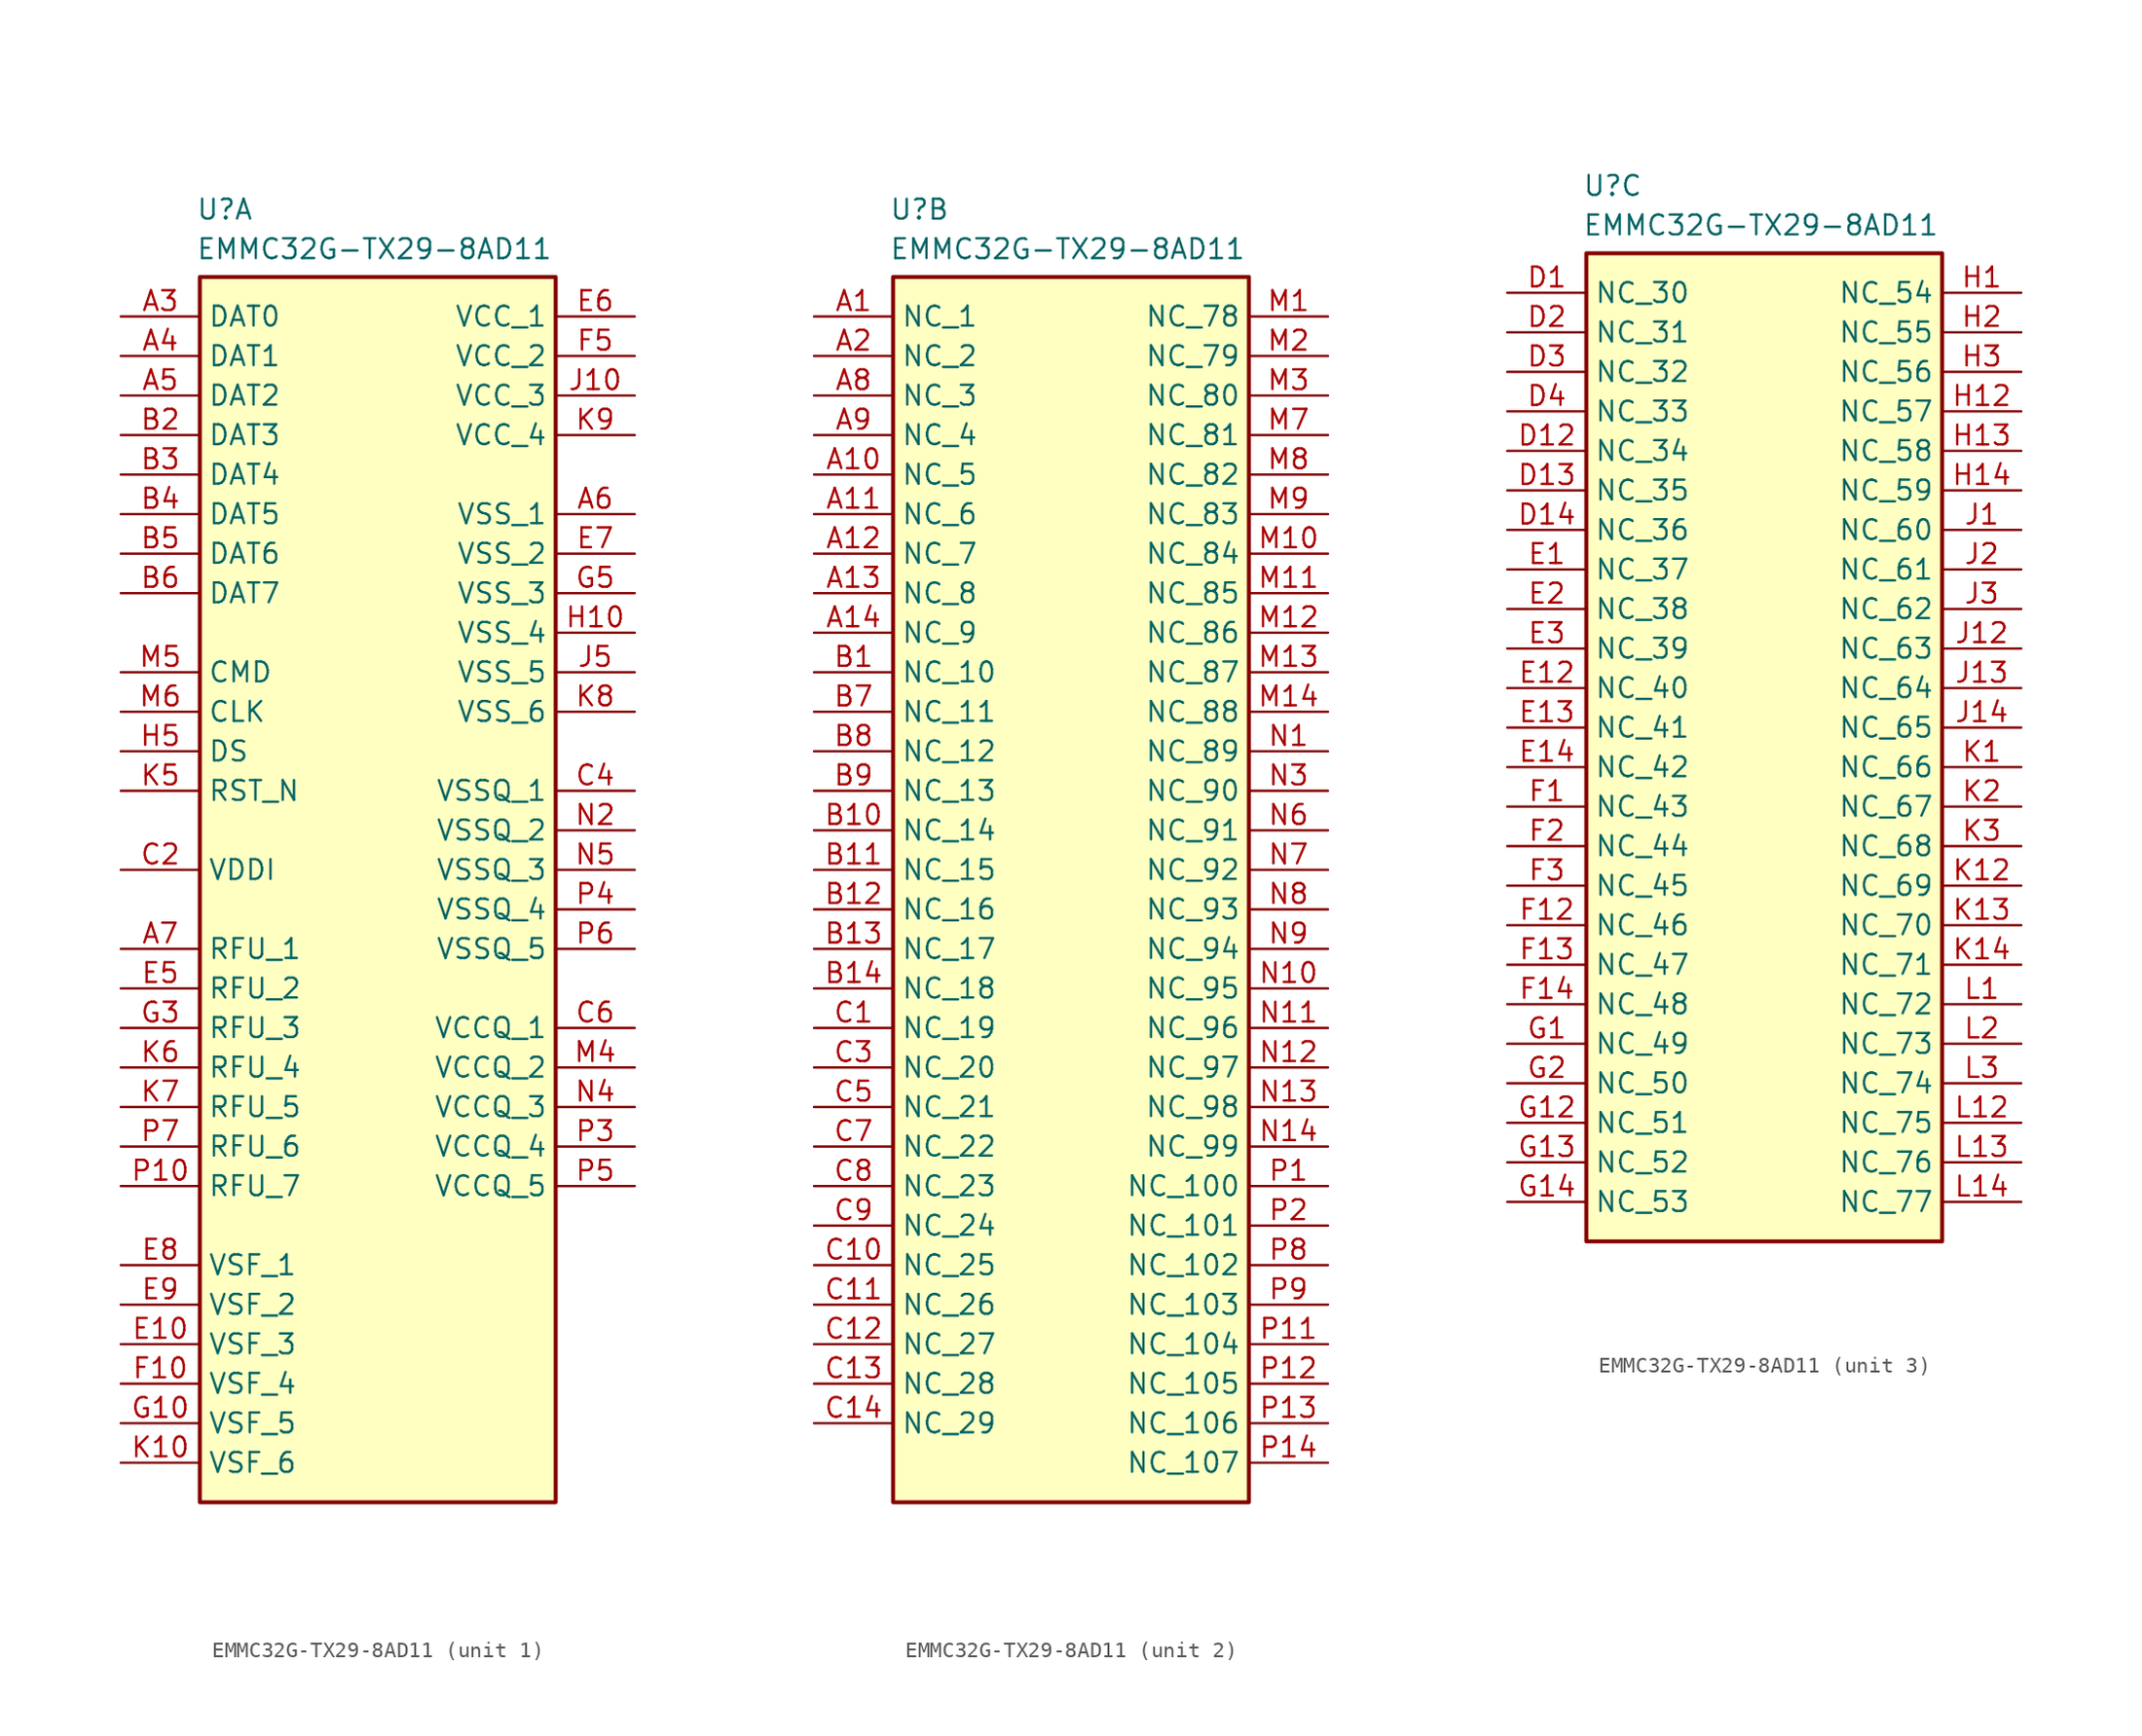
<source format=kicad_sym>
(kicad_symbol_lib
  (version 20231120)
  (generator "kicad_symbol_editor")
  (generator_version "8.0")
  (symbol "EMMC32G-TX29-8AD11"
    (property "Reference" "U"
      (at -0.254 5.08 0)
      (effects (font (size 1.27 1.27)) (justify left top)))
    (property "Value" "EMMC32G-TX29-8AD11"
      (at -0.254 2.54 0)
      (effects (font (size 1.27 1.27)) (justify left top)))
    (property "ki_locked" ""
      (at 0 0 0)
      (effects (font (size 1.27 1.27))))
    (symbol "EMMC32G-TX29-8AD11_1_1"
      (rectangle (start 0 0) (end 22.86 -78.74) (stroke (width 0.254) (type default)) (fill (type background)))
      (pin passive line (at -5.08 -2.54 0) (length 5.08) (name "DAT0" (effects (font (size 1.27 1.27)))) (number "A3" (effects (font (size 1.27 1.27)))))
      (pin passive line (at -5.08 -5.08 0) (length 5.08) (name "DAT1" (effects (font (size 1.27 1.27)))) (number "A4" (effects (font (size 1.27 1.27)))))
      (pin passive line (at -5.08 -7.62 0) (length 5.08) (name "DAT2" (effects (font (size 1.27 1.27)))) (number "A5" (effects (font (size 1.27 1.27)))))
      (pin passive line (at 27.94 -15.24 180) (length 5.08) (name "VSS_1" (effects (font (size 1.27 1.27)))) (number "A6" (effects (font (size 1.27 1.27)))))
      (pin passive line (at -5.08 -43.18 0) (length 5.08) (name "RFU_1" (effects (font (size 1.27 1.27)))) (number "A7" (effects (font (size 1.27 1.27)))))
      (pin passive line (at -5.08 -10.16 0) (length 5.08) (name "DAT3" (effects (font (size 1.27 1.27)))) (number "B2" (effects (font (size 1.27 1.27)))))
      (pin passive line (at -5.08 -12.7 0) (length 5.08) (name "DAT4" (effects (font (size 1.27 1.27)))) (number "B3" (effects (font (size 1.27 1.27)))))
      (pin passive line (at -5.08 -15.24 0) (length 5.08) (name "DAT5" (effects (font (size 1.27 1.27)))) (number "B4" (effects (font (size 1.27 1.27)))))
      (pin passive line (at -5.08 -17.78 0) (length 5.08) (name "DAT6" (effects (font (size 1.27 1.27)))) (number "B5" (effects (font (size 1.27 1.27)))))
      (pin passive line (at -5.08 -20.32 0) (length 5.08) (name "DAT7" (effects (font (size 1.27 1.27)))) (number "B6" (effects (font (size 1.27 1.27)))))
      (pin passive line (at -5.08 -38.1 0) (length 5.08) (name "VDDI" (effects (font (size 1.27 1.27)))) (number "C2" (effects (font (size 1.27 1.27)))))
      (pin passive line (at 27.94 -33.02 180) (length 5.08) (name "VSSQ_1" (effects (font (size 1.27 1.27)))) (number "C4" (effects (font (size 1.27 1.27)))))
      (pin passive line (at 27.94 -48.26 180) (length 5.08) (name "VCCQ_1" (effects (font (size 1.27 1.27)))) (number "C6" (effects (font (size 1.27 1.27)))))
      (pin passive line (at -5.08 -68.58 0) (length 5.08) (name "VSF_3" (effects (font (size 1.27 1.27)))) (number "E10" (effects (font (size 1.27 1.27)))))
      (pin passive line (at -5.08 -45.72 0) (length 5.08) (name "RFU_2" (effects (font (size 1.27 1.27)))) (number "E5" (effects (font (size 1.27 1.27)))))
      (pin passive line (at 27.94 -2.54 180) (length 5.08) (name "VCC_1" (effects (font (size 1.27 1.27)))) (number "E6" (effects (font (size 1.27 1.27)))))
      (pin passive line (at 27.94 -17.78 180) (length 5.08) (name "VSS_2" (effects (font (size 1.27 1.27)))) (number "E7" (effects (font (size 1.27 1.27)))))
      (pin passive line (at -5.08 -63.5 0) (length 5.08) (name "VSF_1" (effects (font (size 1.27 1.27)))) (number "E8" (effects (font (size 1.27 1.27)))))
      (pin passive line (at -5.08 -66.04 0) (length 5.08) (name "VSF_2" (effects (font (size 1.27 1.27)))) (number "E9" (effects (font (size 1.27 1.27)))))
      (pin passive line (at -5.08 -71.12 0) (length 5.08) (name "VSF_4" (effects (font (size 1.27 1.27)))) (number "F10" (effects (font (size 1.27 1.27)))))
      (pin passive line (at 27.94 -5.08 180) (length 5.08) (name "VCC_2" (effects (font (size 1.27 1.27)))) (number "F5" (effects (font (size 1.27 1.27)))))
      (pin passive line (at -5.08 -73.66 0) (length 5.08) (name "VSF_5" (effects (font (size 1.27 1.27)))) (number "G10" (effects (font (size 1.27 1.27)))))
      (pin passive line (at -5.08 -48.26 0) (length 5.08) (name "RFU_3" (effects (font (size 1.27 1.27)))) (number "G3" (effects (font (size 1.27 1.27)))))
      (pin passive line (at 27.94 -20.32 180) (length 5.08) (name "VSS_3" (effects (font (size 1.27 1.27)))) (number "G5" (effects (font (size 1.27 1.27)))))
      (pin passive line (at 27.94 -22.86 180) (length 5.08) (name "VSS_4" (effects (font (size 1.27 1.27)))) (number "H10" (effects (font (size 1.27 1.27)))))
      (pin passive line (at -5.08 -30.48 0) (length 5.08) (name "DS" (effects (font (size 1.27 1.27)))) (number "H5" (effects (font (size 1.27 1.27)))))
      (pin passive line (at 27.94 -7.62 180) (length 5.08) (name "VCC_3" (effects (font (size 1.27 1.27)))) (number "J10" (effects (font (size 1.27 1.27)))))
      (pin passive line (at 27.94 -25.4 180) (length 5.08) (name "VSS_5" (effects (font (size 1.27 1.27)))) (number "J5" (effects (font (size 1.27 1.27)))))
      (pin passive line (at -5.08 -76.2 0) (length 5.08) (name "VSF_6" (effects (font (size 1.27 1.27)))) (number "K10" (effects (font (size 1.27 1.27)))))
      (pin passive line (at -5.08 -33.02 0) (length 5.08) (name "RST_N" (effects (font (size 1.27 1.27)))) (number "K5" (effects (font (size 1.27 1.27)))))
      (pin passive line (at -5.08 -50.8 0) (length 5.08) (name "RFU_4" (effects (font (size 1.27 1.27)))) (number "K6" (effects (font (size 1.27 1.27)))))
      (pin passive line (at -5.08 -53.34 0) (length 5.08) (name "RFU_5" (effects (font (size 1.27 1.27)))) (number "K7" (effects (font (size 1.27 1.27)))))
      (pin passive line (at 27.94 -27.94 180) (length 5.08) (name "VSS_6" (effects (font (size 1.27 1.27)))) (number "K8" (effects (font (size 1.27 1.27)))))
      (pin passive line (at 27.94 -10.16 180) (length 5.08) (name "VCC_4" (effects (font (size 1.27 1.27)))) (number "K9" (effects (font (size 1.27 1.27)))))
      (pin passive line (at 27.94 -50.8 180) (length 5.08) (name "VCCQ_2" (effects (font (size 1.27 1.27)))) (number "M4" (effects (font (size 1.27 1.27)))))
      (pin passive line (at -5.08 -25.4 0) (length 5.08) (name "CMD" (effects (font (size 1.27 1.27)))) (number "M5" (effects (font (size 1.27 1.27)))))
      (pin passive line (at -5.08 -27.94 0) (length 5.08) (name "CLK" (effects (font (size 1.27 1.27)))) (number "M6" (effects (font (size 1.27 1.27)))))
      (pin passive line (at 27.94 -35.56 180) (length 5.08) (name "VSSQ_2" (effects (font (size 1.27 1.27)))) (number "N2" (effects (font (size 1.27 1.27)))))
      (pin passive line (at 27.94 -53.34 180) (length 5.08) (name "VCCQ_3" (effects (font (size 1.27 1.27)))) (number "N4" (effects (font (size 1.27 1.27)))))
      (pin passive line (at 27.94 -38.1 180) (length 5.08) (name "VSSQ_3" (effects (font (size 1.27 1.27)))) (number "N5" (effects (font (size 1.27 1.27)))))
      (pin passive line (at -5.08 -58.42 0) (length 5.08) (name "RFU_7" (effects (font (size 1.27 1.27)))) (number "P10" (effects (font (size 1.27 1.27)))))
      (pin passive line (at 27.94 -55.88 180) (length 5.08) (name "VCCQ_4" (effects (font (size 1.27 1.27)))) (number "P3" (effects (font (size 1.27 1.27)))))
      (pin passive line (at 27.94 -40.64 180) (length 5.08) (name "VSSQ_4" (effects (font (size 1.27 1.27)))) (number "P4" (effects (font (size 1.27 1.27)))))
      (pin passive line (at 27.94 -58.42 180) (length 5.08) (name "VCCQ_5" (effects (font (size 1.27 1.27)))) (number "P5" (effects (font (size 1.27 1.27)))))
      (pin passive line (at 27.94 -43.18 180) (length 5.08) (name "VSSQ_5" (effects (font (size 1.27 1.27)))) (number "P6" (effects (font (size 1.27 1.27)))))
      (pin passive line (at -5.08 -55.88 0) (length 5.08) (name "RFU_6" (effects (font (size 1.27 1.27)))) (number "P7" (effects (font (size 1.27 1.27))))))
    (symbol "EMMC32G-TX29-8AD11_2_1"
      (rectangle (start 0 0) (end 22.86 -78.74) (stroke (width 0.254) (type default)) (fill (type background)))
      (pin passive line (at -5.08 -2.54 0) (length 5.08) (name "NC_1" (effects (font (size 1.27 1.27)))) (number "A1" (effects (font (size 1.27 1.27)))))
      (pin passive line (at -5.08 -12.7 0) (length 5.08) (name "NC_5" (effects (font (size 1.27 1.27)))) (number "A10" (effects (font (size 1.27 1.27)))))
      (pin passive line (at -5.08 -15.24 0) (length 5.08) (name "NC_6" (effects (font (size 1.27 1.27)))) (number "A11" (effects (font (size 1.27 1.27)))))
      (pin passive line (at -5.08 -17.78 0) (length 5.08) (name "NC_7" (effects (font (size 1.27 1.27)))) (number "A12" (effects (font (size 1.27 1.27)))))
      (pin passive line (at -5.08 -20.32 0) (length 5.08) (name "NC_8" (effects (font (size 1.27 1.27)))) (number "A13" (effects (font (size 1.27 1.27)))))
      (pin passive line (at -5.08 -22.86 0) (length 5.08) (name "NC_9" (effects (font (size 1.27 1.27)))) (number "A14" (effects (font (size 1.27 1.27)))))
      (pin passive line (at -5.08 -5.08 0) (length 5.08) (name "NC_2" (effects (font (size 1.27 1.27)))) (number "A2" (effects (font (size 1.27 1.27)))))
      (pin passive line (at -5.08 -7.62 0) (length 5.08) (name "NC_3" (effects (font (size 1.27 1.27)))) (number "A8" (effects (font (size 1.27 1.27)))))
      (pin passive line (at -5.08 -10.16 0) (length 5.08) (name "NC_4" (effects (font (size 1.27 1.27)))) (number "A9" (effects (font (size 1.27 1.27)))))
      (pin passive line (at -5.08 -25.4 0) (length 5.08) (name "NC_10" (effects (font (size 1.27 1.27)))) (number "B1" (effects (font (size 1.27 1.27)))))
      (pin passive line (at -5.08 -35.56 0) (length 5.08) (name "NC_14" (effects (font (size 1.27 1.27)))) (number "B10" (effects (font (size 1.27 1.27)))))
      (pin passive line (at -5.08 -38.1 0) (length 5.08) (name "NC_15" (effects (font (size 1.27 1.27)))) (number "B11" (effects (font (size 1.27 1.27)))))
      (pin passive line (at -5.08 -40.64 0) (length 5.08) (name "NC_16" (effects (font (size 1.27 1.27)))) (number "B12" (effects (font (size 1.27 1.27)))))
      (pin passive line (at -5.08 -43.18 0) (length 5.08) (name "NC_17" (effects (font (size 1.27 1.27)))) (number "B13" (effects (font (size 1.27 1.27)))))
      (pin passive line (at -5.08 -45.72 0) (length 5.08) (name "NC_18" (effects (font (size 1.27 1.27)))) (number "B14" (effects (font (size 1.27 1.27)))))
      (pin passive line (at -5.08 -27.94 0) (length 5.08) (name "NC_11" (effects (font (size 1.27 1.27)))) (number "B7" (effects (font (size 1.27 1.27)))))
      (pin passive line (at -5.08 -30.48 0) (length 5.08) (name "NC_12" (effects (font (size 1.27 1.27)))) (number "B8" (effects (font (size 1.27 1.27)))))
      (pin passive line (at -5.08 -33.02 0) (length 5.08) (name "NC_13" (effects (font (size 1.27 1.27)))) (number "B9" (effects (font (size 1.27 1.27)))))
      (pin passive line (at -5.08 -48.26 0) (length 5.08) (name "NC_19" (effects (font (size 1.27 1.27)))) (number "C1" (effects (font (size 1.27 1.27)))))
      (pin passive line (at -5.08 -63.5 0) (length 5.08) (name "NC_25" (effects (font (size 1.27 1.27)))) (number "C10" (effects (font (size 1.27 1.27)))))
      (pin passive line (at -5.08 -66.04 0) (length 5.08) (name "NC_26" (effects (font (size 1.27 1.27)))) (number "C11" (effects (font (size 1.27 1.27)))))
      (pin passive line (at -5.08 -68.58 0) (length 5.08) (name "NC_27" (effects (font (size 1.27 1.27)))) (number "C12" (effects (font (size 1.27 1.27)))))
      (pin passive line (at -5.08 -71.12 0) (length 5.08) (name "NC_28" (effects (font (size 1.27 1.27)))) (number "C13" (effects (font (size 1.27 1.27)))))
      (pin passive line (at -5.08 -73.66 0) (length 5.08) (name "NC_29" (effects (font (size 1.27 1.27)))) (number "C14" (effects (font (size 1.27 1.27)))))
      (pin passive line (at -5.08 -50.8 0) (length 5.08) (name "NC_20" (effects (font (size 1.27 1.27)))) (number "C3" (effects (font (size 1.27 1.27)))))
      (pin passive line (at -5.08 -53.34 0) (length 5.08) (name "NC_21" (effects (font (size 1.27 1.27)))) (number "C5" (effects (font (size 1.27 1.27)))))
      (pin passive line (at -5.08 -55.88 0) (length 5.08) (name "NC_22" (effects (font (size 1.27 1.27)))) (number "C7" (effects (font (size 1.27 1.27)))))
      (pin passive line (at -5.08 -58.42 0) (length 5.08) (name "NC_23" (effects (font (size 1.27 1.27)))) (number "C8" (effects (font (size 1.27 1.27)))))
      (pin passive line (at -5.08 -60.96 0) (length 5.08) (name "NC_24" (effects (font (size 1.27 1.27)))) (number "C9" (effects (font (size 1.27 1.27)))))
      (pin passive line (at 27.94 -2.54 180) (length 5.08) (name "NC_78" (effects (font (size 1.27 1.27)))) (number "M1" (effects (font (size 1.27 1.27)))))
      (pin passive line (at 27.94 -17.78 180) (length 5.08) (name "NC_84" (effects (font (size 1.27 1.27)))) (number "M10" (effects (font (size 1.27 1.27)))))
      (pin passive line (at 27.94 -20.32 180) (length 5.08) (name "NC_85" (effects (font (size 1.27 1.27)))) (number "M11" (effects (font (size 1.27 1.27)))))
      (pin passive line (at 27.94 -22.86 180) (length 5.08) (name "NC_86" (effects (font (size 1.27 1.27)))) (number "M12" (effects (font (size 1.27 1.27)))))
      (pin passive line (at 27.94 -25.4 180) (length 5.08) (name "NC_87" (effects (font (size 1.27 1.27)))) (number "M13" (effects (font (size 1.27 1.27)))))
      (pin passive line (at 27.94 -27.94 180) (length 5.08) (name "NC_88" (effects (font (size 1.27 1.27)))) (number "M14" (effects (font (size 1.27 1.27)))))
      (pin passive line (at 27.94 -5.08 180) (length 5.08) (name "NC_79" (effects (font (size 1.27 1.27)))) (number "M2" (effects (font (size 1.27 1.27)))))
      (pin passive line (at 27.94 -7.62 180) (length 5.08) (name "NC_80" (effects (font (size 1.27 1.27)))) (number "M3" (effects (font (size 1.27 1.27)))))
      (pin passive line (at 27.94 -10.16 180) (length 5.08) (name "NC_81" (effects (font (size 1.27 1.27)))) (number "M7" (effects (font (size 1.27 1.27)))))
      (pin passive line (at 27.94 -12.7 180) (length 5.08) (name "NC_82" (effects (font (size 1.27 1.27)))) (number "M8" (effects (font (size 1.27 1.27)))))
      (pin passive line (at 27.94 -15.24 180) (length 5.08) (name "NC_83" (effects (font (size 1.27 1.27)))) (number "M9" (effects (font (size 1.27 1.27)))))
      (pin passive line (at 27.94 -30.48 180) (length 5.08) (name "NC_89" (effects (font (size 1.27 1.27)))) (number "N1" (effects (font (size 1.27 1.27)))))
      (pin passive line (at 27.94 -45.72 180) (length 5.08) (name "NC_95" (effects (font (size 1.27 1.27)))) (number "N10" (effects (font (size 1.27 1.27)))))
      (pin passive line (at 27.94 -48.26 180) (length 5.08) (name "NC_96" (effects (font (size 1.27 1.27)))) (number "N11" (effects (font (size 1.27 1.27)))))
      (pin passive line (at 27.94 -50.8 180) (length 5.08) (name "NC_97" (effects (font (size 1.27 1.27)))) (number "N12" (effects (font (size 1.27 1.27)))))
      (pin passive line (at 27.94 -53.34 180) (length 5.08) (name "NC_98" (effects (font (size 1.27 1.27)))) (number "N13" (effects (font (size 1.27 1.27)))))
      (pin passive line (at 27.94 -55.88 180) (length 5.08) (name "NC_99" (effects (font (size 1.27 1.27)))) (number "N14" (effects (font (size 1.27 1.27)))))
      (pin passive line (at 27.94 -33.02 180) (length 5.08) (name "NC_90" (effects (font (size 1.27 1.27)))) (number "N3" (effects (font (size 1.27 1.27)))))
      (pin passive line (at 27.94 -35.56 180) (length 5.08) (name "NC_91" (effects (font (size 1.27 1.27)))) (number "N6" (effects (font (size 1.27 1.27)))))
      (pin passive line (at 27.94 -38.1 180) (length 5.08) (name "NC_92" (effects (font (size 1.27 1.27)))) (number "N7" (effects (font (size 1.27 1.27)))))
      (pin passive line (at 27.94 -40.64 180) (length 5.08) (name "NC_93" (effects (font (size 1.27 1.27)))) (number "N8" (effects (font (size 1.27 1.27)))))
      (pin passive line (at 27.94 -43.18 180) (length 5.08) (name "NC_94" (effects (font (size 1.27 1.27)))) (number "N9" (effects (font (size 1.27 1.27)))))
      (pin passive line (at 27.94 -58.42 180) (length 5.08) (name "NC_100" (effects (font (size 1.27 1.27)))) (number "P1" (effects (font (size 1.27 1.27)))))
      (pin passive line (at 27.94 -68.58 180) (length 5.08) (name "NC_104" (effects (font (size 1.27 1.27)))) (number "P11" (effects (font (size 1.27 1.27)))))
      (pin passive line (at 27.94 -71.12 180) (length 5.08) (name "NC_105" (effects (font (size 1.27 1.27)))) (number "P12" (effects (font (size 1.27 1.27)))))
      (pin passive line (at 27.94 -73.66 180) (length 5.08) (name "NC_106" (effects (font (size 1.27 1.27)))) (number "P13" (effects (font (size 1.27 1.27)))))
      (pin passive line (at 27.94 -76.2 180) (length 5.08) (name "NC_107" (effects (font (size 1.27 1.27)))) (number "P14" (effects (font (size 1.27 1.27)))))
      (pin passive line (at 27.94 -60.96 180) (length 5.08) (name "NC_101" (effects (font (size 1.27 1.27)))) (number "P2" (effects (font (size 1.27 1.27)))))
      (pin passive line (at 27.94 -63.5 180) (length 5.08) (name "NC_102" (effects (font (size 1.27 1.27)))) (number "P8" (effects (font (size 1.27 1.27)))))
      (pin passive line (at 27.94 -66.04 180) (length 5.08) (name "NC_103" (effects (font (size 1.27 1.27)))) (number "P9" (effects (font (size 1.27 1.27))))))
    (symbol "EMMC32G-TX29-8AD11_3_1"
      (rectangle (start 0 0) (end 22.86 -63.5) (stroke (width 0.254) (type default)) (fill (type background)))
      (pin passive line (at -5.08 -2.54 0) (length 5.08) (name "NC_30" (effects (font (size 1.27 1.27)))) (number "D1" (effects (font (size 1.27 1.27)))))
      (pin passive line (at -5.08 -12.7 0) (length 5.08) (name "NC_34" (effects (font (size 1.27 1.27)))) (number "D12" (effects (font (size 1.27 1.27)))))
      (pin passive line (at -5.08 -15.24 0) (length 5.08) (name "NC_35" (effects (font (size 1.27 1.27)))) (number "D13" (effects (font (size 1.27 1.27)))))
      (pin passive line (at -5.08 -17.78 0) (length 5.08) (name "NC_36" (effects (font (size 1.27 1.27)))) (number "D14" (effects (font (size 1.27 1.27)))))
      (pin passive line (at -5.08 -5.08 0) (length 5.08) (name "NC_31" (effects (font (size 1.27 1.27)))) (number "D2" (effects (font (size 1.27 1.27)))))
      (pin passive line (at -5.08 -7.62 0) (length 5.08) (name "NC_32" (effects (font (size 1.27 1.27)))) (number "D3" (effects (font (size 1.27 1.27)))))
      (pin passive line (at -5.08 -10.16 0) (length 5.08) (name "NC_33" (effects (font (size 1.27 1.27)))) (number "D4" (effects (font (size 1.27 1.27)))))
      (pin passive line (at -5.08 -20.32 0) (length 5.08) (name "NC_37" (effects (font (size 1.27 1.27)))) (number "E1" (effects (font (size 1.27 1.27)))))
      (pin passive line (at -5.08 -27.94 0) (length 5.08) (name "NC_40" (effects (font (size 1.27 1.27)))) (number "E12" (effects (font (size 1.27 1.27)))))
      (pin passive line (at -5.08 -30.48 0) (length 5.08) (name "NC_41" (effects (font (size 1.27 1.27)))) (number "E13" (effects (font (size 1.27 1.27)))))
      (pin passive line (at -5.08 -33.02 0) (length 5.08) (name "NC_42" (effects (font (size 1.27 1.27)))) (number "E14" (effects (font (size 1.27 1.27)))))
      (pin passive line (at -5.08 -22.86 0) (length 5.08) (name "NC_38" (effects (font (size 1.27 1.27)))) (number "E2" (effects (font (size 1.27 1.27)))))
      (pin passive line (at -5.08 -25.4 0) (length 5.08) (name "NC_39" (effects (font (size 1.27 1.27)))) (number "E3" (effects (font (size 1.27 1.27)))))
      (pin passive line (at -5.08 -35.56 0) (length 5.08) (name "NC_43" (effects (font (size 1.27 1.27)))) (number "F1" (effects (font (size 1.27 1.27)))))
      (pin passive line (at -5.08 -43.18 0) (length 5.08) (name "NC_46" (effects (font (size 1.27 1.27)))) (number "F12" (effects (font (size 1.27 1.27)))))
      (pin passive line (at -5.08 -45.72 0) (length 5.08) (name "NC_47" (effects (font (size 1.27 1.27)))) (number "F13" (effects (font (size 1.27 1.27)))))
      (pin passive line (at -5.08 -48.26 0) (length 5.08) (name "NC_48" (effects (font (size 1.27 1.27)))) (number "F14" (effects (font (size 1.27 1.27)))))
      (pin passive line (at -5.08 -38.1 0) (length 5.08) (name "NC_44" (effects (font (size 1.27 1.27)))) (number "F2" (effects (font (size 1.27 1.27)))))
      (pin passive line (at -5.08 -40.64 0) (length 5.08) (name "NC_45" (effects (font (size 1.27 1.27)))) (number "F3" (effects (font (size 1.27 1.27)))))
      (pin passive line (at -5.08 -50.8 0) (length 5.08) (name "NC_49" (effects (font (size 1.27 1.27)))) (number "G1" (effects (font (size 1.27 1.27)))))
      (pin passive line (at -5.08 -55.88 0) (length 5.08) (name "NC_51" (effects (font (size 1.27 1.27)))) (number "G12" (effects (font (size 1.27 1.27)))))
      (pin passive line (at -5.08 -58.42 0) (length 5.08) (name "NC_52" (effects (font (size 1.27 1.27)))) (number "G13" (effects (font (size 1.27 1.27)))))
      (pin passive line (at -5.08 -60.96 0) (length 5.08) (name "NC_53" (effects (font (size 1.27 1.27)))) (number "G14" (effects (font (size 1.27 1.27)))))
      (pin passive line (at -5.08 -53.34 0) (length 5.08) (name "NC_50" (effects (font (size 1.27 1.27)))) (number "G2" (effects (font (size 1.27 1.27)))))
      (pin passive line (at 27.94 -2.54 180) (length 5.08) (name "NC_54" (effects (font (size 1.27 1.27)))) (number "H1" (effects (font (size 1.27 1.27)))))
      (pin passive line (at 27.94 -10.16 180) (length 5.08) (name "NC_57" (effects (font (size 1.27 1.27)))) (number "H12" (effects (font (size 1.27 1.27)))))
      (pin passive line (at 27.94 -12.7 180) (length 5.08) (name "NC_58" (effects (font (size 1.27 1.27)))) (number "H13" (effects (font (size 1.27 1.27)))))
      (pin passive line (at 27.94 -15.24 180) (length 5.08) (name "NC_59" (effects (font (size 1.27 1.27)))) (number "H14" (effects (font (size 1.27 1.27)))))
      (pin passive line (at 27.94 -5.08 180) (length 5.08) (name "NC_55" (effects (font (size 1.27 1.27)))) (number "H2" (effects (font (size 1.27 1.27)))))
      (pin passive line (at 27.94 -7.62 180) (length 5.08) (name "NC_56" (effects (font (size 1.27 1.27)))) (number "H3" (effects (font (size 1.27 1.27)))))
      (pin passive line (at 27.94 -17.78 180) (length 5.08) (name "NC_60" (effects (font (size 1.27 1.27)))) (number "J1" (effects (font (size 1.27 1.27)))))
      (pin passive line (at 27.94 -25.4 180) (length 5.08) (name "NC_63" (effects (font (size 1.27 1.27)))) (number "J12" (effects (font (size 1.27 1.27)))))
      (pin passive line (at 27.94 -27.94 180) (length 5.08) (name "NC_64" (effects (font (size 1.27 1.27)))) (number "J13" (effects (font (size 1.27 1.27)))))
      (pin passive line (at 27.94 -30.48 180) (length 5.08) (name "NC_65" (effects (font (size 1.27 1.27)))) (number "J14" (effects (font (size 1.27 1.27)))))
      (pin passive line (at 27.94 -20.32 180) (length 5.08) (name "NC_61" (effects (font (size 1.27 1.27)))) (number "J2" (effects (font (size 1.27 1.27)))))
      (pin passive line (at 27.94 -22.86 180) (length 5.08) (name "NC_62" (effects (font (size 1.27 1.27)))) (number "J3" (effects (font (size 1.27 1.27)))))
      (pin passive line (at 27.94 -33.02 180) (length 5.08) (name "NC_66" (effects (font (size 1.27 1.27)))) (number "K1" (effects (font (size 1.27 1.27)))))
      (pin passive line (at 27.94 -40.64 180) (length 5.08) (name "NC_69" (effects (font (size 1.27 1.27)))) (number "K12" (effects (font (size 1.27 1.27)))))
      (pin passive line (at 27.94 -43.18 180) (length 5.08) (name "NC_70" (effects (font (size 1.27 1.27)))) (number "K13" (effects (font (size 1.27 1.27)))))
      (pin passive line (at 27.94 -45.72 180) (length 5.08) (name "NC_71" (effects (font (size 1.27 1.27)))) (number "K14" (effects (font (size 1.27 1.27)))))
      (pin passive line (at 27.94 -35.56 180) (length 5.08) (name "NC_67" (effects (font (size 1.27 1.27)))) (number "K2" (effects (font (size 1.27 1.27)))))
      (pin passive line (at 27.94 -38.1 180) (length 5.08) (name "NC_68" (effects (font (size 1.27 1.27)))) (number "K3" (effects (font (size 1.27 1.27)))))
      (pin passive line (at 27.94 -48.26 180) (length 5.08) (name "NC_72" (effects (font (size 1.27 1.27)))) (number "L1" (effects (font (size 1.27 1.27)))))
      (pin passive line (at 27.94 -55.88 180) (length 5.08) (name "NC_75" (effects (font (size 1.27 1.27)))) (number "L12" (effects (font (size 1.27 1.27)))))
      (pin passive line (at 27.94 -58.42 180) (length 5.08) (name "NC_76" (effects (font (size 1.27 1.27)))) (number "L13" (effects (font (size 1.27 1.27)))))
      (pin passive line (at 27.94 -60.96 180) (length 5.08) (name "NC_77" (effects (font (size 1.27 1.27)))) (number "L14" (effects (font (size 1.27 1.27)))))
      (pin passive line (at 27.94 -50.8 180) (length 5.08) (name "NC_73" (effects (font (size 1.27 1.27)))) (number "L2" (effects (font (size 1.27 1.27)))))
      (pin passive line (at 27.94 -53.34 180) (length 5.08) (name "NC_74" (effects (font (size 1.27 1.27)))) (number "L3" (effects (font (size 1.27 1.27))))))))
</source>
